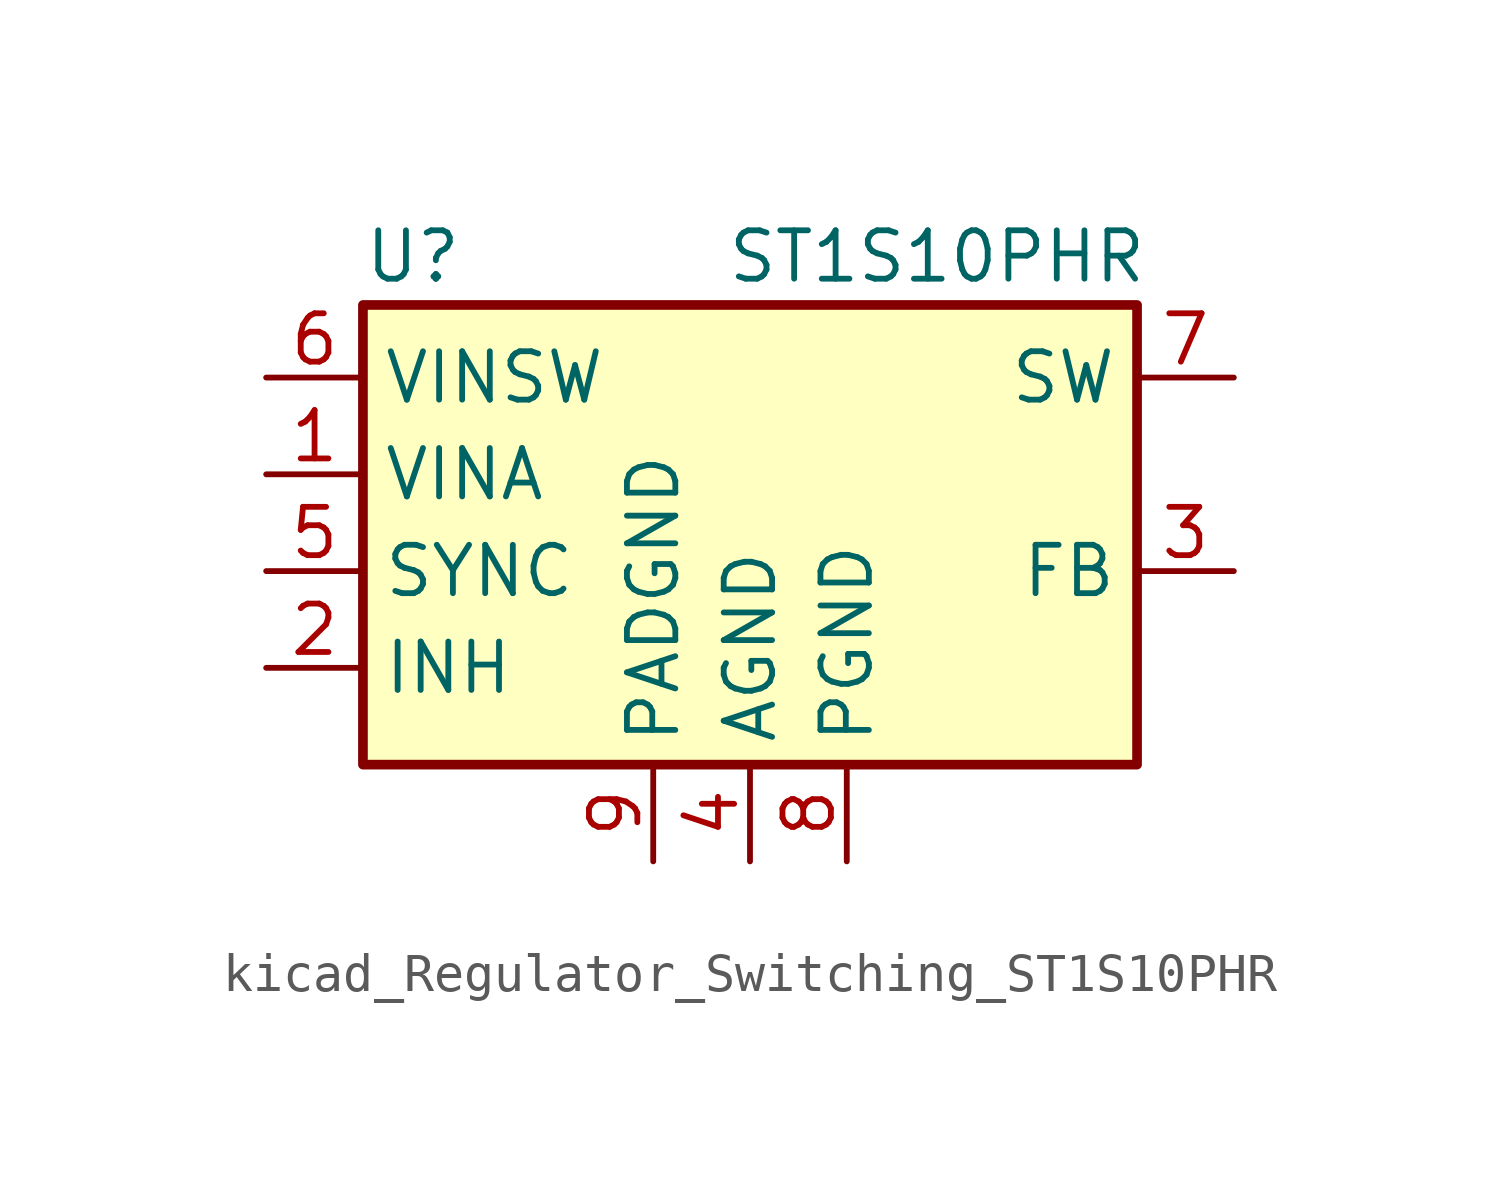
<source format=kicad_sym>
(kicad_symbol_lib
  (version 20220914)
  (generator kicad_symbol_editor)
  (symbol "kicad_Regulator_Switching_ST1S10PHR"
    (property "Reference" "U"
      (at -10.16 5.715 0)
      (effects (font (size 1.27 1.27)) (justify left)))
    (property "Value" "ST1S10PHR"
      (at -0.635 5.715 0)
      (effects (font (size 1.27 1.27)) (justify left)))
    (symbol "kicad_Regulator_Switching_ST1S10PHR_0_1"
      (rectangle (start 10.16 4.445) (end -10.16 -7.62) (stroke (width 0.254) (type default)) (fill (type background))))
    (symbol "kicad_Regulator_Switching_ST1S10PHR_1_1"
      (pin power_in line (at -12.7 0 0) (length 2.54) (name "VINA" (effects (font (size 1.27 1.27)))) (number "1" (effects (font (size 1.27 1.27)))))
      (pin input line (at -12.7 -5.08 0) (length 2.54) (name "INH" (effects (font (size 1.27 1.27)))) (number "2" (effects (font (size 1.27 1.27)))))
      (pin input line (at 12.7 -2.54 180) (length 2.54) (name "FB" (effects (font (size 1.27 1.27)))) (number "3" (effects (font (size 1.27 1.27)))))
      (pin power_in line (at 0 -10.16 90) (length 2.54) (name "AGND" (effects (font (size 1.27 1.27)))) (number "4" (effects (font (size 1.27 1.27)))))
      (pin input line (at -12.7 -2.54 0) (length 2.54) (name "SYNC" (effects (font (size 1.27 1.27)))) (number "5" (effects (font (size 1.27 1.27)))))
      (pin input line (at -12.7 2.54 0) (length 2.54) (name "VINSW" (effects (font (size 1.27 1.27)))) (number "6" (effects (font (size 1.27 1.27)))))
      (pin output line (at 12.7 2.54 180) (length 2.54) (name "SW" (effects (font (size 1.27 1.27)))) (number "7" (effects (font (size 1.27 1.27)))))
      (pin power_in line (at 2.54 -10.16 90) (length 2.54) (name "PGND" (effects (font (size 1.27 1.27)))) (number "8" (effects (font (size 1.27 1.27)))))
      (pin power_in line (at -2.54 -10.16 90) (length 2.54) (name "PADGND" (effects (font (size 1.27 1.27)))) (number "9" (effects (font (size 1.27 1.27))))))))
</source>
